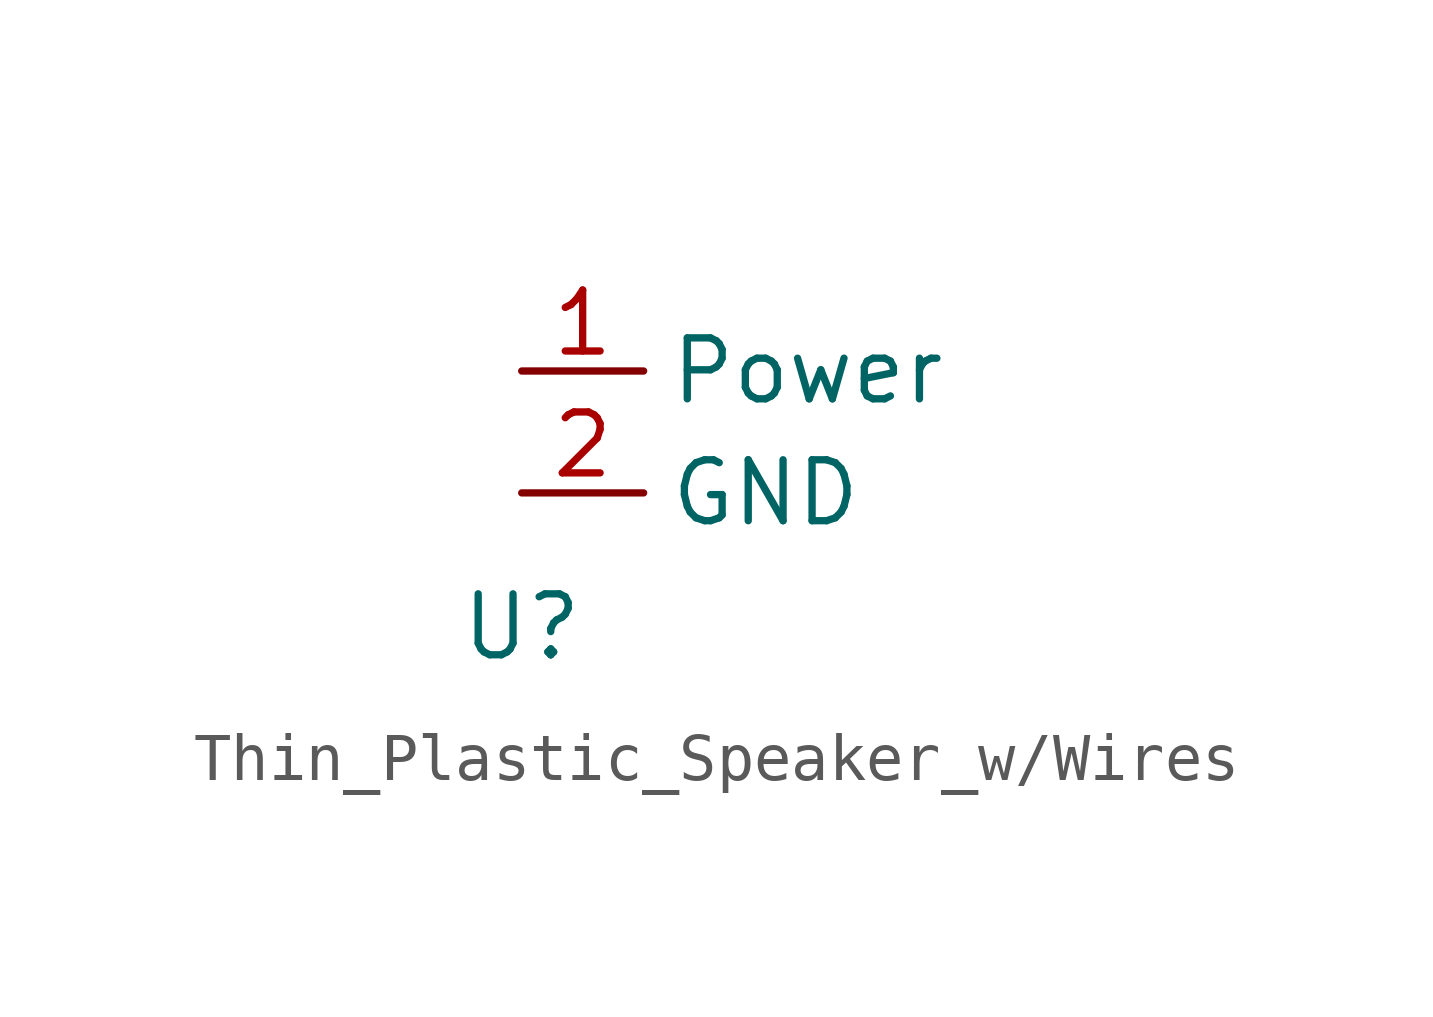
<source format=kicad_sym>
(kicad_symbol_lib
  (version 20241209)
  (generator "kicad_symbol_editor")
  (generator_version "9.0")
  (symbol "Thin_Plastic_Speaker_w/Wires"
    (property "Reference" "U"
      (at 0 -7.874 0)
      (effects (font (size 1.27 1.27))))
    (property "Value" ""
      (at 0 0 0)
      (effects (font (size 1.27 1.27))))
    (symbol "Thin_Plastic_Speaker_w/Wires_1_1"
      (pin input line (at 0 -2.54 0) (length 2.54) (name "Power" (effects (font (size 1.27 1.27)))) (number "1" (effects (font (size 1.27 1.27)))))
      (pin output line (at 0 -5.08 0) (length 2.54) (name "GND" (effects (font (size 1.27 1.27)))) (number "2" (effects (font (size 1.27 1.27))))))))
</source>
